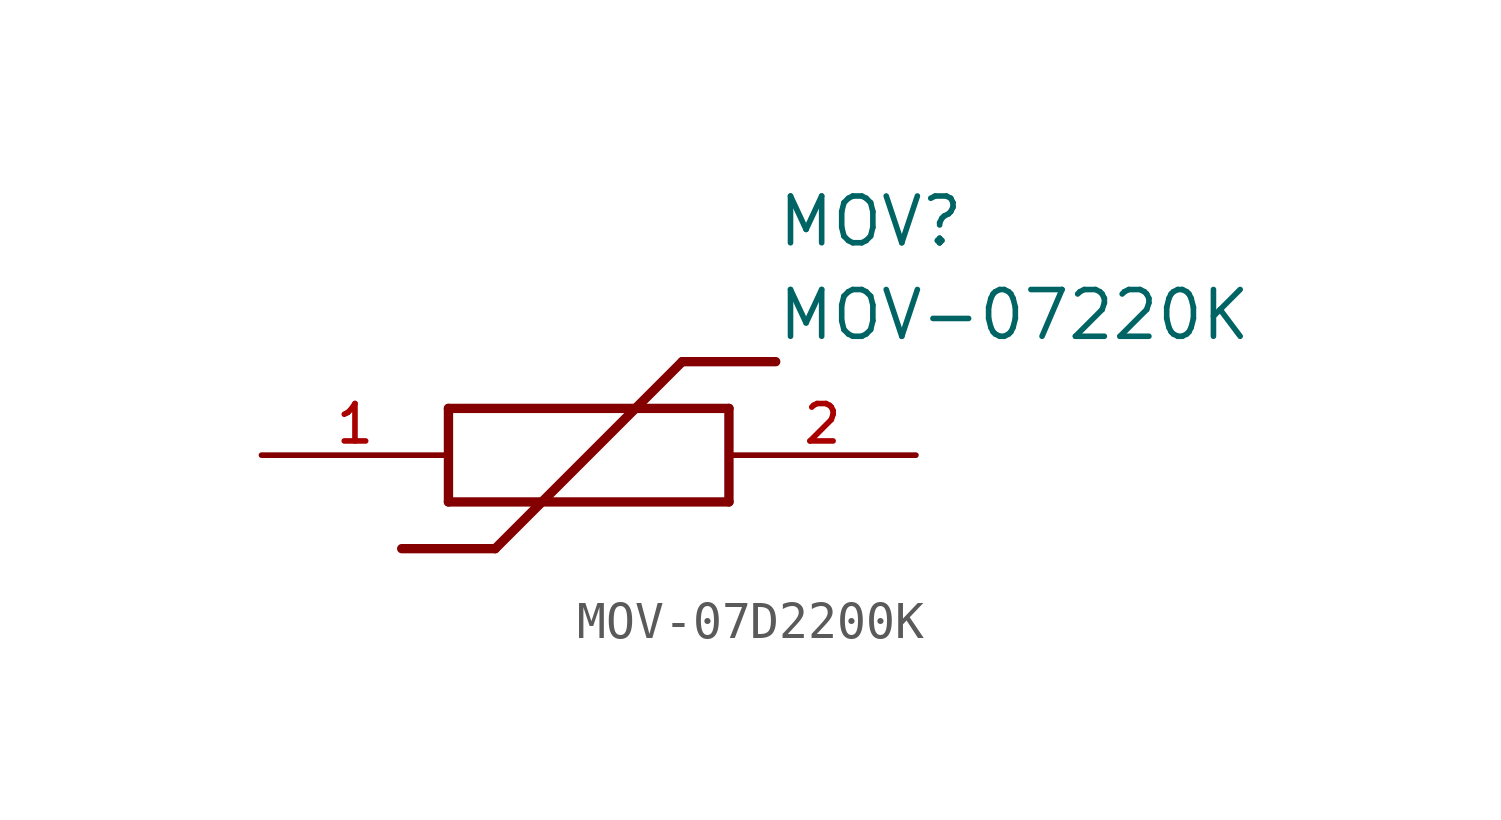
<source format=kicad_sym>
(kicad_symbol_lib
  (version 20220914)
  (generator kicad_symbol_editor)
  (symbol "MOV-07D2200K"
    (pin_names
      (offset 1.016))
    (property "Reference" "MOV"
      (at 13.97 6.35 0)
      (effects (font (size 1.27 1.27)) (justify left)))
    (property "Value" "MOV-07220K"
      (at 13.97 3.81 0)
      (effects (font (size 1.27 1.27)) (justify left)))
    (symbol "MOV-07D2200K_0_0"
      (polyline (pts (xy 3.81 -2.54) (xy 6.35 -2.54)) (stroke (width 0.254) (type default)) (fill (type none)))
      (polyline (pts (xy 5.08 1.27) (xy 5.08 -1.27)) (stroke (width 0.254) (type default)) (fill (type none)))
      (polyline (pts (xy 5.08 1.27) (xy 12.7 1.27)) (stroke (width 0.254) (type default)) (fill (type none)))
      (polyline (pts (xy 11.43 2.54) (xy 6.35 -2.54)) (stroke (width 0.254) (type default)) (fill (type none)))
      (polyline (pts (xy 11.43 2.54) (xy 13.97 2.54)) (stroke (width 0.254) (type default)) (fill (type none)))
      (polyline (pts (xy 12.7 -1.27) (xy 5.08 -1.27)) (stroke (width 0.254) (type default)) (fill (type none)))
      (polyline (pts (xy 12.7 -1.27) (xy 12.7 1.27)) (stroke (width 0.254) (type default)) (fill (type none)))
      (pin bidirectional line (at 0 0 0) (length 5.08) (name "~" (effects (font (size 1.016 1.016)))) (number "1" (effects (font (size 1.016 1.016)))))
      (pin bidirectional line (at 17.78 0 180) (length 5.08) (name "~" (effects (font (size 1.016 1.016)))) (number "2" (effects (font (size 1.016 1.016))))))))
</source>
